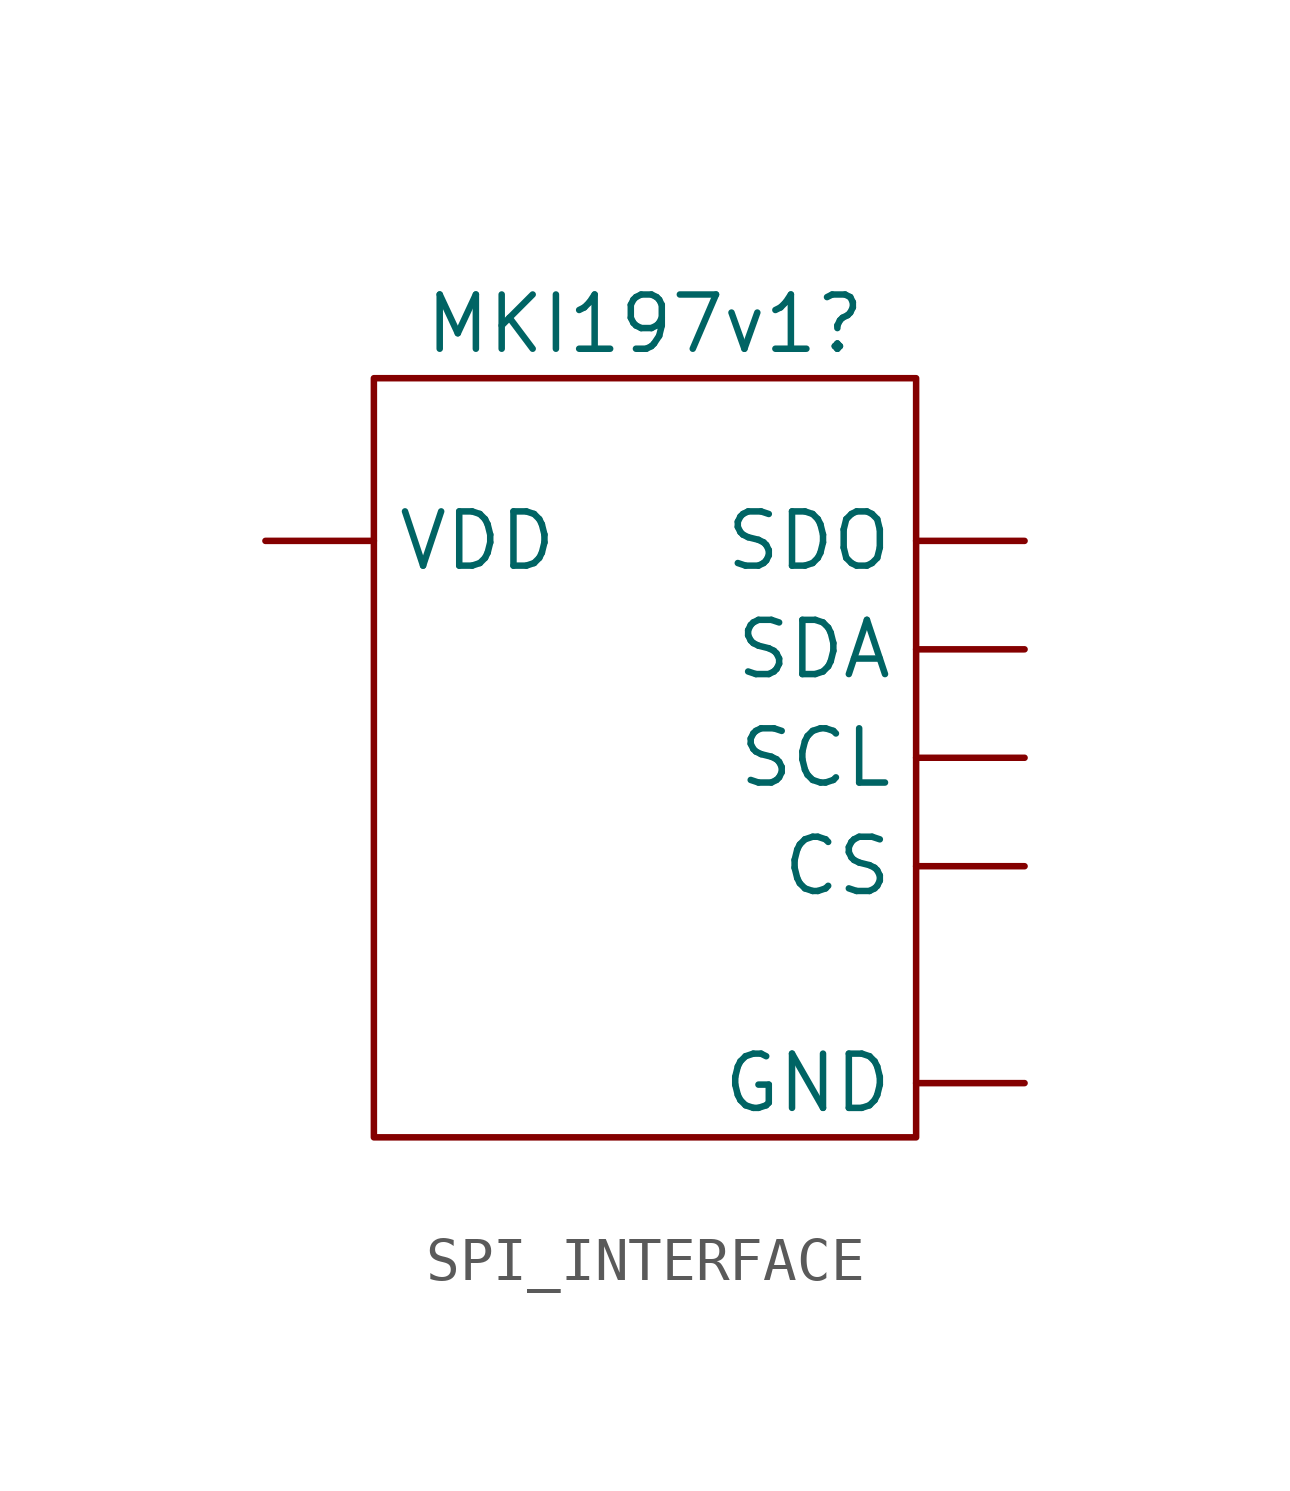
<source format=kicad_sym>
(kicad_symbol_lib
  (version 20220914)
  (generator kicad_symbol_editor)
  (symbol "SPI_INTERFACE"
    (property "Reference" "MKI197v1"
      (at -1.27 -1.27 0)
      (effects (font (size 1.27 1.27))))
    (property "Value" ""
      (at 0 0 0)
      (effects (font (size 1.27 1.27))))
    (symbol "SPI_INTERFACE_0_1"
      (rectangle (start -7.62 -2.54) (end 5.08 -20.32) (stroke (width 0) (type default)) (fill (type none))))
    (symbol "SPI_INTERFACE_1_1"
      (pin output line (at 7.62 -13.97 180) (length 2.54) (name "CS" (effects (font (size 1.27 1.27)))) (number "" (effects (font (size 1.27 1.27)))))
      (pin output line (at 7.62 -19.05 180) (length 2.54) (name "GND" (effects (font (size 1.27 1.27)))) (number "" (effects (font (size 1.27 1.27)))))
      (pin output line (at 7.62 -11.43 180) (length 2.54) (name "SCL" (effects (font (size 1.27 1.27)))) (number "" (effects (font (size 1.27 1.27)))))
      (pin output line (at 7.62 -8.89 180) (length 2.54) (name "SDA" (effects (font (size 1.27 1.27)))) (number "" (effects (font (size 1.27 1.27)))))
      (pin output line (at 7.62 -6.35 180) (length 2.54) (name "SDO" (effects (font (size 1.27 1.27)))) (number "" (effects (font (size 1.27 1.27)))))
      (pin input line (at -10.16 -6.35 0) (length 2.54) (name "VDD" (effects (font (size 1.27 1.27)))) (number "" (effects (font (size 1.27 1.27))))))))
</source>
